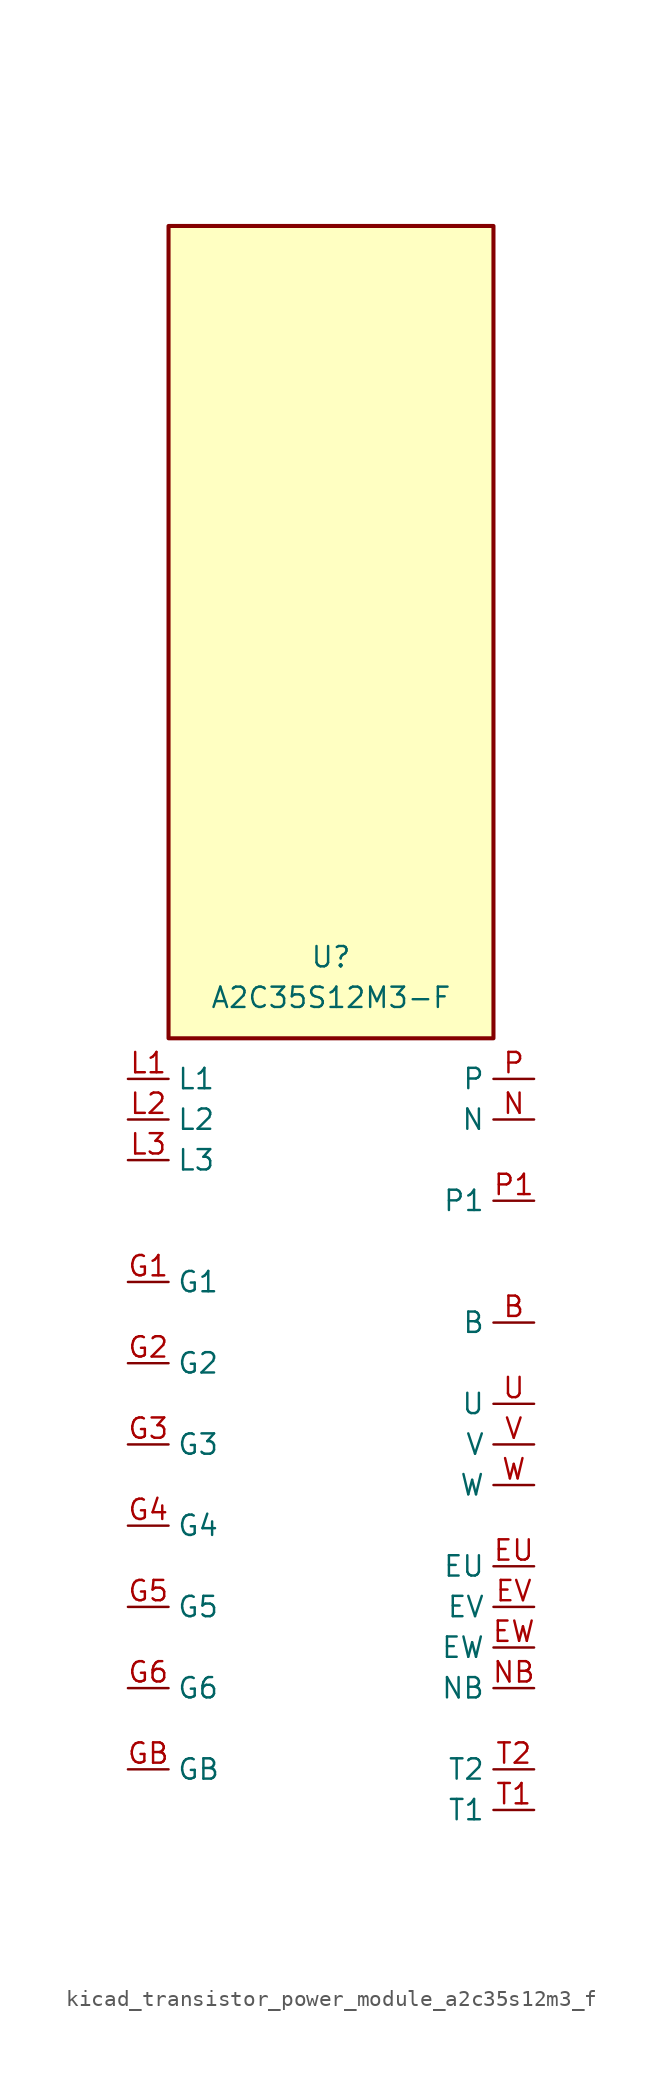
<source format=kicad_sym>
(kicad_symbol_lib
  (version 20220914)
  (generator kicad_symbol_editor)
  (symbol "kicad_transistor_power_module_a2c35s12m3_f"
    (property "Reference" "U"
      (at 0 30.48 0)
      (effects (font (size 1.27 1.27))))
    (property "Value" "A2C35S12M3-F"
      (at 0 27.94 0)
      (effects (font (size 1.27 1.27))))
    (symbol "kicad_transistor_power_module_a2c35s12m3_f_1_1"
      (rectangle (start 10.16 76.2) (end -10.16 25.4) (stroke (width 0.254) (type default)) (fill (type background)))
      (pin passive line (at 12.7 7.62 180) (length 2.54) (name "B" (effects (font (size 1.27 1.27)))) (number "B" (effects (font (size 1.27 1.27)))))
      (pin passive line (at 12.7 -7.62 180) (length 2.54) (name "EU" (effects (font (size 1.27 1.27)))) (number "EU" (effects (font (size 1.27 1.27)))))
      (pin passive line (at 12.7 -10.16 180) (length 2.54) (name "EV" (effects (font (size 1.27 1.27)))) (number "EV" (effects (font (size 1.27 1.27)))))
      (pin passive line (at 12.7 -12.7 180) (length 2.54) (name "EW" (effects (font (size 1.27 1.27)))) (number "EW" (effects (font (size 1.27 1.27)))))
      (pin passive line (at -12.7 10.16 0) (length 2.54) (name "G1" (effects (font (size 1.27 1.27)))) (number "G1" (effects (font (size 1.27 1.27)))))
      (pin passive line (at -12.7 5.08 0) (length 2.54) (name "G2" (effects (font (size 1.27 1.27)))) (number "G2" (effects (font (size 1.27 1.27)))))
      (pin passive line (at -12.7 0 0) (length 2.54) (name "G3" (effects (font (size 1.27 1.27)))) (number "G3" (effects (font (size 1.27 1.27)))))
      (pin passive line (at -12.7 -5.08 0) (length 2.54) (name "G4" (effects (font (size 1.27 1.27)))) (number "G4" (effects (font (size 1.27 1.27)))))
      (pin passive line (at -12.7 -10.16 0) (length 2.54) (name "G5" (effects (font (size 1.27 1.27)))) (number "G5" (effects (font (size 1.27 1.27)))))
      (pin passive line (at -12.7 -15.24 0) (length 2.54) (name "G6" (effects (font (size 1.27 1.27)))) (number "G6" (effects (font (size 1.27 1.27)))))
      (pin passive line (at -12.7 -20.32 0) (length 2.54) (name "GB" (effects (font (size 1.27 1.27)))) (number "GB" (effects (font (size 1.27 1.27)))))
      (pin passive line (at -12.7 22.86 0) (length 2.54) (name "L1" (effects (font (size 1.27 1.27)))) (number "L1" (effects (font (size 1.27 1.27)))))
      (pin passive line (at -12.7 20.32 0) (length 2.54) (name "L2" (effects (font (size 1.27 1.27)))) (number "L2" (effects (font (size 1.27 1.27)))))
      (pin passive line (at -12.7 17.78 0) (length 2.54) (name "L3" (effects (font (size 1.27 1.27)))) (number "L3" (effects (font (size 1.27 1.27)))))
      (pin passive line (at 12.7 20.32 180) (length 2.54) (name "N" (effects (font (size 1.27 1.27)))) (number "N" (effects (font (size 1.27 1.27)))))
      (pin passive line (at 12.7 -15.24 180) (length 2.54) (name "NB" (effects (font (size 1.27 1.27)))) (number "NB" (effects (font (size 1.27 1.27)))))
      (pin passive line (at 12.7 22.86 180) (length 2.54) (name "P" (effects (font (size 1.27 1.27)))) (number "P" (effects (font (size 1.27 1.27)))))
      (pin passive line (at 12.7 15.24 180) (length 2.54) (name "P1" (effects (font (size 1.27 1.27)))) (number "P1" (effects (font (size 1.27 1.27)))))
      (pin passive line (at 12.7 -22.86 180) (length 2.54) (name "T1" (effects (font (size 1.27 1.27)))) (number "T1" (effects (font (size 1.27 1.27)))))
      (pin passive line (at 12.7 -20.32 180) (length 2.54) (name "T2" (effects (font (size 1.27 1.27)))) (number "T2" (effects (font (size 1.27 1.27)))))
      (pin passive line (at 12.7 2.54 180) (length 2.54) (name "U" (effects (font (size 1.27 1.27)))) (number "U" (effects (font (size 1.27 1.27)))))
      (pin passive line (at 12.7 0 180) (length 2.54) (name "V" (effects (font (size 1.27 1.27)))) (number "V" (effects (font (size 1.27 1.27)))))
      (pin passive line (at 12.7 -2.54 180) (length 2.54) (name "W" (effects (font (size 1.27 1.27)))) (number "W" (effects (font (size 1.27 1.27))))))))
</source>
